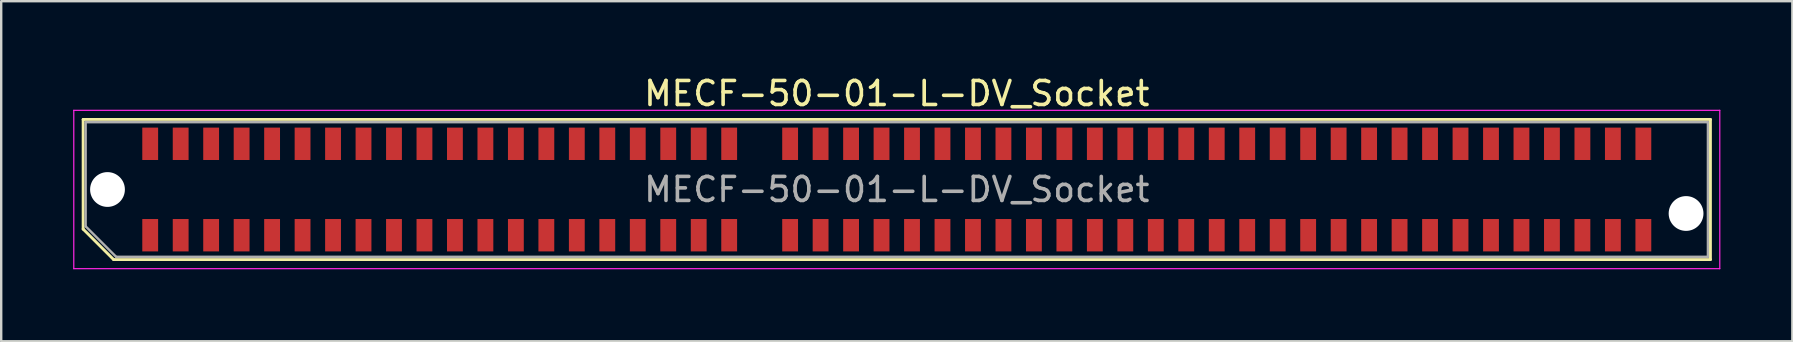
<source format=kicad_pcb>
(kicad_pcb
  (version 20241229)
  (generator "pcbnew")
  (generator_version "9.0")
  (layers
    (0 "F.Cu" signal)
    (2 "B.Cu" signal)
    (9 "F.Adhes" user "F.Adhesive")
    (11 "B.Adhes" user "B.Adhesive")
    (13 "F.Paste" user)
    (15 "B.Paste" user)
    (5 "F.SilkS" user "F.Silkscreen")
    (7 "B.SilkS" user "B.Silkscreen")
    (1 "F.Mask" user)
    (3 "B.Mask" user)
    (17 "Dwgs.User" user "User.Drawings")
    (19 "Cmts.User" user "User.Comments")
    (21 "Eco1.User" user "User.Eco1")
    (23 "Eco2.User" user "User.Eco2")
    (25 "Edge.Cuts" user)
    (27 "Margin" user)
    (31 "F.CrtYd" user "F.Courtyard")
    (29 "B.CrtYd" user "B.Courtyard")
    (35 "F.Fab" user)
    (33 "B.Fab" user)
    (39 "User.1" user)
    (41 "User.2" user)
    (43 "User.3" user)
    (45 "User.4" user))
  (footprint "MECF-50-01-L-DV_Socket"
    (layer "F.Cu")
    (at 34.325 4.848)
    (property "Reference" "MECF-50-01-L-DV_Socket" (at 0 -4 0) (layer "F.SilkS") (effects (font (size 1 1) (thickness 0.15))))
    (attr smd)
    (fp_line (start -33.91 -2.92) (end 33.91 -2.92) (stroke (width 0.12) (type solid)) (layer "F.SilkS"))
    (fp_line (start -33.91 1.65) (end -33.91 -2.92) (stroke (width 0.12) (type solid)) (layer "F.SilkS"))
    (fp_line (start -32.64 2.92) (end -33.91 1.65) (stroke (width 0.12) (type solid)) (layer "F.SilkS"))
    (fp_line (start -32.64 2.92) (end 33.91 2.92) (stroke (width 0.12) (type solid)) (layer "F.SilkS"))
    (fp_line (start 33.91 2.92) (end 33.91 -2.92) (stroke (width 0.12) (type solid)) (layer "F.SilkS"))
    (fp_line (start -34.3 -3.3) (end -34.3 3.3) (stroke (width 0.05) (type solid)) (layer "F.CrtYd"))
    (fp_line (start -34.3 3.3) (end 34.3 3.3) (stroke (width 0.05) (type solid)) (layer "F.CrtYd"))
    (fp_line (start 34.3 -3.3) (end -34.3 -3.3) (stroke (width 0.05) (type solid)) (layer "F.CrtYd"))
    (fp_line (start 34.3 3.3) (end 34.3 -3.3) (stroke (width 0.05) (type solid)) (layer "F.CrtYd"))
    (fp_line (start -33.805 -2.805) (end 33.805 -2.805) (stroke (width 0.1) (type solid)) (layer "F.Fab"))
    (fp_line (start -33.805 1.535) (end -33.805 -2.805) (stroke (width 0.1) (type solid)) (layer "F.Fab"))
    (fp_line (start -33.805 1.535) (end -32.535 2.805) (stroke (width 0.1) (type solid)) (layer "F.Fab"))
    (fp_line (start -32.535 2.805) (end 33.805 2.805) (stroke (width 0.1) (type solid)) (layer "F.Fab"))
    (fp_line (start 33.805 2.805) (end 33.805 -2.805) (stroke (width 0.1) (type solid)) (layer "F.Fab"))
    (fp_text user "${REFERENCE}" (at 0 0 0) (layer "F.Fab") (effects (font (size 1 1) (thickness 0.15))))
    (pad "" np_thru_hole circle (at -32.895 0) (size 1.45 1.45) (drill 1.45) (layers "*.Cu" "*.Mask"))
    (pad "" np_thru_hole circle (at 32.895 1) (size 1.45 1.45) (drill 1.45) (layers "*.Cu" "*.Mask"))
    (pad "1" smd rect (at -31.115 1.905) (size 0.66 1.35) (layers "F.Cu" "F.Mask" "F.Paste"))
    (pad "2" smd rect (at -31.115 -1.905) (size 0.66 1.35) (layers "F.Cu" "F.Mask" "F.Paste"))
    (pad "3" smd rect (at -29.845 1.905) (size 0.66 1.35) (layers "F.Cu" "F.Mask" "F.Paste"))
    (pad "4" smd rect (at -29.845 -1.905) (size 0.66 1.35) (layers "F.Cu" "F.Mask" "F.Paste"))
    (pad "5" smd rect (at -28.575 1.905) (size 0.66 1.35) (layers "F.Cu" "F.Mask" "F.Paste"))
    (pad "6" smd rect (at -28.575 -1.905) (size 0.66 1.35) (layers "F.Cu" "F.Mask" "F.Paste"))
    (pad "7" smd rect (at -27.305 1.905) (size 0.66 1.35) (layers "F.Cu" "F.Mask" "F.Paste"))
    (pad "8" smd rect (at -27.305 -1.905) (size 0.66 1.35) (layers "F.Cu" "F.Mask" "F.Paste"))
    (pad "9" smd rect (at -26.035 1.905) (size 0.66 1.35) (layers "F.Cu" "F.Mask" "F.Paste"))
    (pad "10" smd rect (at -26.035 -1.905) (size 0.66 1.35) (layers "F.Cu" "F.Mask" "F.Paste"))
    (pad "11" smd rect (at -24.765 1.905) (size 0.66 1.35) (layers "F.Cu" "F.Mask" "F.Paste"))
    (pad "12" smd rect (at -24.765 -1.905) (size 0.66 1.35) (layers "F.Cu" "F.Mask" "F.Paste"))
    (pad "13" smd rect (at -23.495 1.905) (size 0.66 1.35) (layers "F.Cu" "F.Mask" "F.Paste"))
    (pad "14" smd rect (at -23.495 -1.905) (size 0.66 1.35) (layers "F.Cu" "F.Mask" "F.Paste"))
    (pad "15" smd rect (at -22.225 1.905) (size 0.66 1.35) (layers "F.Cu" "F.Mask" "F.Paste"))
    (pad "16" smd rect (at -22.225 -1.905) (size 0.66 1.35) (layers "F.Cu" "F.Mask" "F.Paste"))
    (pad "17" smd rect (at -20.955 1.905) (size 0.66 1.35) (layers "F.Cu" "F.Mask" "F.Paste"))
    (pad "18" smd rect (at -20.955 -1.905) (size 0.66 1.35) (layers "F.Cu" "F.Mask" "F.Paste"))
    (pad "19" smd rect (at -19.685 1.905) (size 0.66 1.35) (layers "F.Cu" "F.Mask" "F.Paste"))
    (pad "20" smd rect (at -19.685 -1.905) (size 0.66 1.35) (layers "F.Cu" "F.Mask" "F.Paste"))
    (pad "21" smd rect (at -18.415 1.905) (size 0.66 1.35) (layers "F.Cu" "F.Mask" "F.Paste"))
    (pad "22" smd rect (at -18.415 -1.905) (size 0.66 1.35) (layers "F.Cu" "F.Mask" "F.Paste"))
    (pad "23" smd rect (at -17.145 1.905) (size 0.66 1.35) (layers "F.Cu" "F.Mask" "F.Paste"))
    (pad "24" smd rect (at -17.145 -1.905) (size 0.66 1.35) (layers "F.Cu" "F.Mask" "F.Paste"))
    (pad "25" smd rect (at -15.875 1.905) (size 0.66 1.35) (layers "F.Cu" "F.Mask" "F.Paste"))
    (pad "26" smd rect (at -15.875 -1.905) (size 0.66 1.35) (layers "F.Cu" "F.Mask" "F.Paste"))
    (pad "27" smd rect (at -14.605 1.905) (size 0.66 1.35) (layers "F.Cu" "F.Mask" "F.Paste"))
    (pad "28" smd rect (at -14.605 -1.905) (size 0.66 1.35) (layers "F.Cu" "F.Mask" "F.Paste"))
    (pad "29" smd rect (at -13.335 1.905) (size 0.66 1.35) (layers "F.Cu" "F.Mask" "F.Paste"))
    (pad "30" smd rect (at -13.335 -1.905) (size 0.66 1.35) (layers "F.Cu" "F.Mask" "F.Paste"))
    (pad "31" smd rect (at -12.065 1.905) (size 0.66 1.35) (layers "F.Cu" "F.Mask" "F.Paste"))
    (pad "32" smd rect (at -12.065 -1.905) (size 0.66 1.35) (layers "F.Cu" "F.Mask" "F.Paste"))
    (pad "33" smd rect (at -10.795 1.905) (size 0.66 1.35) (layers "F.Cu" "F.Mask" "F.Paste"))
    (pad "34" smd rect (at -10.795 -1.905) (size 0.66 1.35) (layers "F.Cu" "F.Mask" "F.Paste"))
    (pad "35" smd rect (at -9.525 1.905) (size 0.66 1.35) (layers "F.Cu" "F.Mask" "F.Paste"))
    (pad "36" smd rect (at -9.525 -1.905) (size 0.66 1.35) (layers "F.Cu" "F.Mask" "F.Paste"))
    (pad "37" smd rect (at -8.255 1.905) (size 0.66 1.35) (layers "F.Cu" "F.Mask" "F.Paste"))
    (pad "38" smd rect (at -8.255 -1.905) (size 0.66 1.35) (layers "F.Cu" "F.Mask" "F.Paste"))
    (pad "39" smd rect (at -6.985 1.905) (size 0.66 1.35) (layers "F.Cu" "F.Mask" "F.Paste"))
    (pad "40" smd rect (at -6.985 -1.905) (size 0.66 1.35) (layers "F.Cu" "F.Mask" "F.Paste"))
    (pad "43" smd rect (at -4.445 1.905) (size 0.66 1.35) (layers "F.Cu" "F.Mask" "F.Paste"))
    (pad "44" smd rect (at -4.445 -1.905) (size 0.66 1.35) (layers "F.Cu" "F.Mask" "F.Paste"))
    (pad "45" smd rect (at -3.175 1.905) (size 0.66 1.35) (layers "F.Cu" "F.Mask" "F.Paste"))
    (pad "46" smd rect (at -3.175 -1.905) (size 0.66 1.35) (layers "F.Cu" "F.Mask" "F.Paste"))
    (pad "47" smd rect (at -1.905 1.905) (size 0.66 1.35) (layers "F.Cu" "F.Mask" "F.Paste"))
    (pad "48" smd rect (at -1.905 -1.905) (size 0.66 1.35) (layers "F.Cu" "F.Mask" "F.Paste"))
    (pad "49" smd rect (at -0.635 1.905) (size 0.66 1.35) (layers "F.Cu" "F.Mask" "F.Paste"))
    (pad "50" smd rect (at -0.635 -1.905) (size 0.66 1.35) (layers "F.Cu" "F.Mask" "F.Paste"))
    (pad "51" smd rect (at 0.635 1.905) (size 0.66 1.35) (layers "F.Cu" "F.Mask" "F.Paste"))
    (pad "52" smd rect (at 0.635 -1.905) (size 0.66 1.35) (layers "F.Cu" "F.Mask" "F.Paste"))
    (pad "53" smd rect (at 1.905 1.905) (size 0.66 1.35) (layers "F.Cu" "F.Mask" "F.Paste"))
    (pad "54" smd rect (at 1.905 -1.905) (size 0.66 1.35) (layers "F.Cu" "F.Mask" "F.Paste"))
    (pad "55" smd rect (at 3.175 1.905) (size 0.66 1.35) (layers "F.Cu" "F.Mask" "F.Paste"))
    (pad "56" smd rect (at 3.175 -1.905) (size 0.66 1.35) (layers "F.Cu" "F.Mask" "F.Paste"))
    (pad "57" smd rect (at 4.445 1.905) (size 0.66 1.35) (layers "F.Cu" "F.Mask" "F.Paste"))
    (pad "58" smd rect (at 4.445 -1.905) (size 0.66 1.35) (layers "F.Cu" "F.Mask" "F.Paste"))
    (pad "59" smd rect (at 5.715 1.905) (size 0.66 1.35) (layers "F.Cu" "F.Mask" "F.Paste"))
    (pad "60" smd rect (at 5.715 -1.905) (size 0.66 1.35) (layers "F.Cu" "F.Mask" "F.Paste"))
    (pad "61" smd rect (at 6.985 1.905) (size 0.66 1.35) (layers "F.Cu" "F.Mask" "F.Paste"))
    (pad "62" smd rect (at 6.985 -1.905) (size 0.66 1.35) (layers "F.Cu" "F.Mask" "F.Paste"))
    (pad "63" smd rect (at 8.255 1.905) (size 0.66 1.35) (layers "F.Cu" "F.Mask" "F.Paste"))
    (pad "64" smd rect (at 8.255 -1.905) (size 0.66 1.35) (layers "F.Cu" "F.Mask" "F.Paste"))
    (pad "65" smd rect (at 9.525 1.905) (size 0.66 1.35) (layers "F.Cu" "F.Mask" "F.Paste"))
    (pad "66" smd rect (at 9.525 -1.905) (size 0.66 1.35) (layers "F.Cu" "F.Mask" "F.Paste"))
    (pad "67" smd rect (at 10.795 1.905) (size 0.66 1.35) (layers "F.Cu" "F.Mask" "F.Paste"))
    (pad "68" smd rect (at 10.795 -1.905) (size 0.66 1.35) (layers "F.Cu" "F.Mask" "F.Paste"))
    (pad "69" smd rect (at 12.065 1.905) (size 0.66 1.35) (layers "F.Cu" "F.Mask" "F.Paste"))
    (pad "70" smd rect (at 12.065 -1.905) (size 0.66 1.35) (layers "F.Cu" "F.Mask" "F.Paste"))
    (pad "71" smd rect (at 13.335 1.905) (size 0.66 1.35) (layers "F.Cu" "F.Mask" "F.Paste"))
    (pad "72" smd rect (at 13.335 -1.905) (size 0.66 1.35) (layers "F.Cu" "F.Mask" "F.Paste"))
    (pad "73" smd rect (at 14.605 1.905) (size 0.66 1.35) (layers "F.Cu" "F.Mask" "F.Paste"))
    (pad "74" smd rect (at 14.605 -1.905) (size 0.66 1.35) (layers "F.Cu" "F.Mask" "F.Paste"))
    (pad "75" smd rect (at 15.875 1.905) (size 0.66 1.35) (layers "F.Cu" "F.Mask" "F.Paste"))
    (pad "76" smd rect (at 15.875 -1.905) (size 0.66 1.35) (layers "F.Cu" "F.Mask" "F.Paste"))
    (pad "77" smd rect (at 17.145 1.905) (size 0.66 1.35) (layers "F.Cu" "F.Mask" "F.Paste"))
    (pad "78" smd rect (at 17.145 -1.905) (size 0.66 1.35) (layers "F.Cu" "F.Mask" "F.Paste"))
    (pad "79" smd rect (at 18.415 1.905) (size 0.66 1.35) (layers "F.Cu" "F.Mask" "F.Paste"))
    (pad "80" smd rect (at 18.415 -1.905) (size 0.66 1.35) (layers "F.Cu" "F.Mask" "F.Paste"))
    (pad "81" smd rect (at 19.685 1.905) (size 0.66 1.35) (layers "F.Cu" "F.Mask" "F.Paste"))
    (pad "82" smd rect (at 19.685 -1.905) (size 0.66 1.35) (layers "F.Cu" "F.Mask" "F.Paste"))
    (pad "83" smd rect (at 20.955 1.905) (size 0.66 1.35) (layers "F.Cu" "F.Mask" "F.Paste"))
    (pad "84" smd rect (at 20.955 -1.905) (size 0.66 1.35) (layers "F.Cu" "F.Mask" "F.Paste"))
    (pad "85" smd rect (at 22.225 1.905) (size 0.66 1.35) (layers "F.Cu" "F.Mask" "F.Paste"))
    (pad "86" smd rect (at 22.225 -1.905) (size 0.66 1.35) (layers "F.Cu" "F.Mask" "F.Paste"))
    (pad "87" smd rect (at 23.495 1.905) (size 0.66 1.35) (layers "F.Cu" "F.Mask" "F.Paste"))
    (pad "88" smd rect (at 23.495 -1.905) (size 0.66 1.35) (layers "F.Cu" "F.Mask" "F.Paste"))
    (pad "89" smd rect (at 24.765 1.905) (size 0.66 1.35) (layers "F.Cu" "F.Mask" "F.Paste"))
    (pad "90" smd rect (at 24.765 -1.905) (size 0.66 1.35) (layers "F.Cu" "F.Mask" "F.Paste"))
    (pad "91" smd rect (at 26.035 1.905) (size 0.66 1.35) (layers "F.Cu" "F.Mask" "F.Paste"))
    (pad "92" smd rect (at 26.035 -1.905) (size 0.66 1.35) (layers "F.Cu" "F.Mask" "F.Paste"))
    (pad "93" smd rect (at 27.305 1.905) (size 0.66 1.35) (layers "F.Cu" "F.Mask" "F.Paste"))
    (pad "94" smd rect (at 27.305 -1.905) (size 0.66 1.35) (layers "F.Cu" "F.Mask" "F.Paste"))
    (pad "95" smd rect (at 28.575 1.905) (size 0.66 1.35) (layers "F.Cu" "F.Mask" "F.Paste"))
    (pad "96" smd rect (at 28.575 -1.905) (size 0.66 1.35) (layers "F.Cu" "F.Mask" "F.Paste"))
    (pad "97" smd rect (at 29.845 1.905) (size 0.66 1.35) (layers "F.Cu" "F.Mask" "F.Paste"))
    (pad "98" smd rect (at 29.845 -1.905) (size 0.66 1.35) (layers "F.Cu" "F.Mask" "F.Paste"))
    (pad "99" smd rect (at 31.115 1.905) (size 0.66 1.35) (layers "F.Cu" "F.Mask" "F.Paste"))
    (pad "100" smd rect (at 31.115 -1.905) (size 0.66 1.35) (layers "F.Cu" "F.Mask" "F.Paste")))
  (gr_rect
    (start -3 -3)
    (end 71.65 11.173)
    (stroke (width 0.1) (type default))
    (fill no)
    (layer "Edge.Cuts")))
</source>
